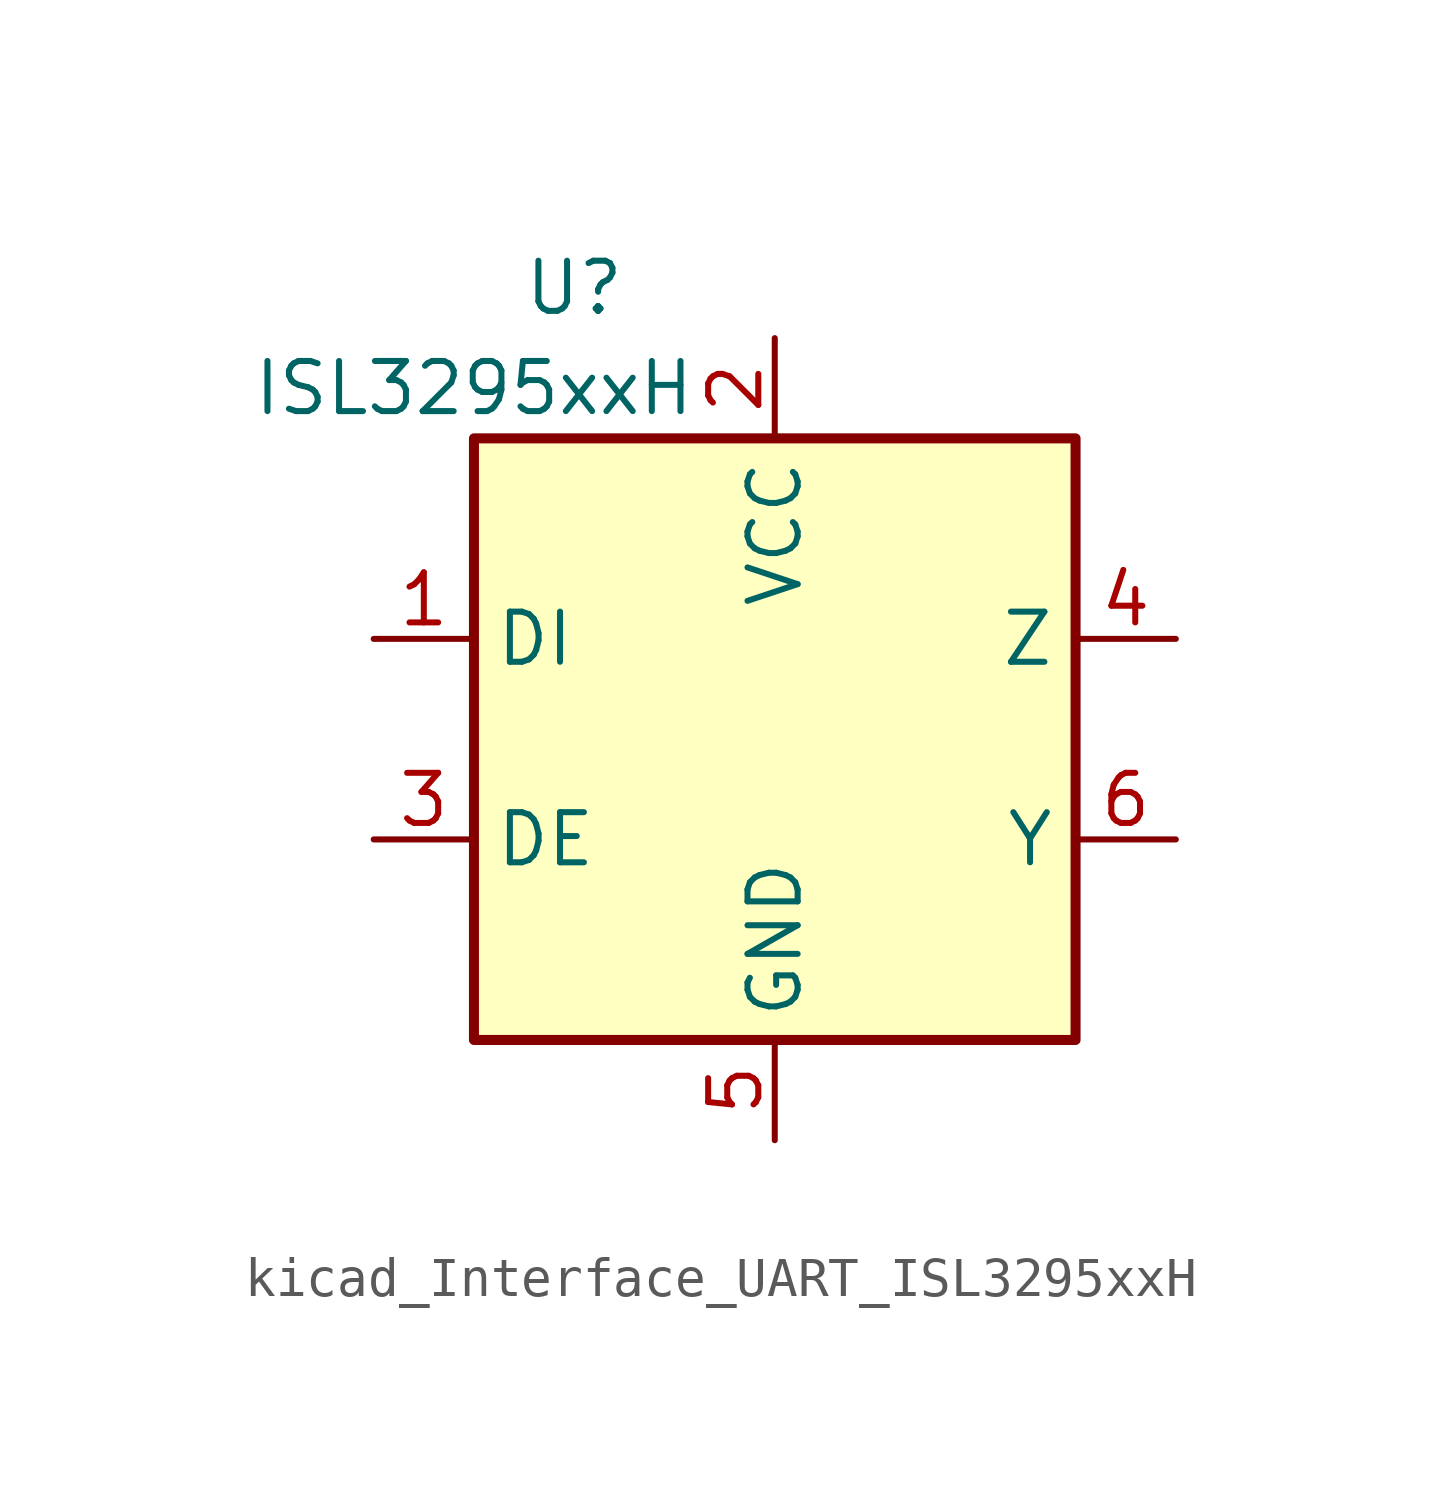
<source format=kicad_sym>
(kicad_symbol_lib
  (version 20220914)
  (generator kicad_symbol_editor)
  (symbol "kicad_Interface_UART_ISL3295xxH"
    (property "Reference" "U"
      (at -5.08 11.43 0)
      (effects (font (size 1.27 1.27))))
    (property "Value" "ISL3295xxH"
      (at -7.62 8.89 0)
      (effects (font (size 1.27 1.27))))
    (symbol "kicad_Interface_UART_ISL3295xxH_0_1"
      (polyline (pts (xy -7.62 7.62) (xy 7.62 7.62) (xy 7.62 -7.62) (xy -7.62 -7.62) (xy -7.62 7.62)) (stroke (width 0.254) (type default)) (fill (type background))))
    (symbol "kicad_Interface_UART_ISL3295xxH_1_1"
      (pin input line (at -10.16 2.54 0) (length 2.54) (name "DI" (effects (font (size 1.27 1.27)))) (number "1" (effects (font (size 1.27 1.27)))))
      (pin power_in line (at 0 10.16 270) (length 2.54) (name "VCC" (effects (font (size 1.27 1.27)))) (number "2" (effects (font (size 1.27 1.27)))))
      (pin input line (at -10.16 -2.54 0) (length 2.54) (name "DE" (effects (font (size 1.27 1.27)))) (number "3" (effects (font (size 1.27 1.27)))))
      (pin output line (at 10.16 2.54 180) (length 2.54) (name "Z" (effects (font (size 1.27 1.27)))) (number "4" (effects (font (size 1.27 1.27)))))
      (pin power_in line (at 0 -10.16 90) (length 2.54) (name "GND" (effects (font (size 1.27 1.27)))) (number "5" (effects (font (size 1.27 1.27)))))
      (pin output line (at 10.16 -2.54 180) (length 2.54) (name "Y" (effects (font (size 1.27 1.27)))) (number "6" (effects (font (size 1.27 1.27))))))))
</source>
